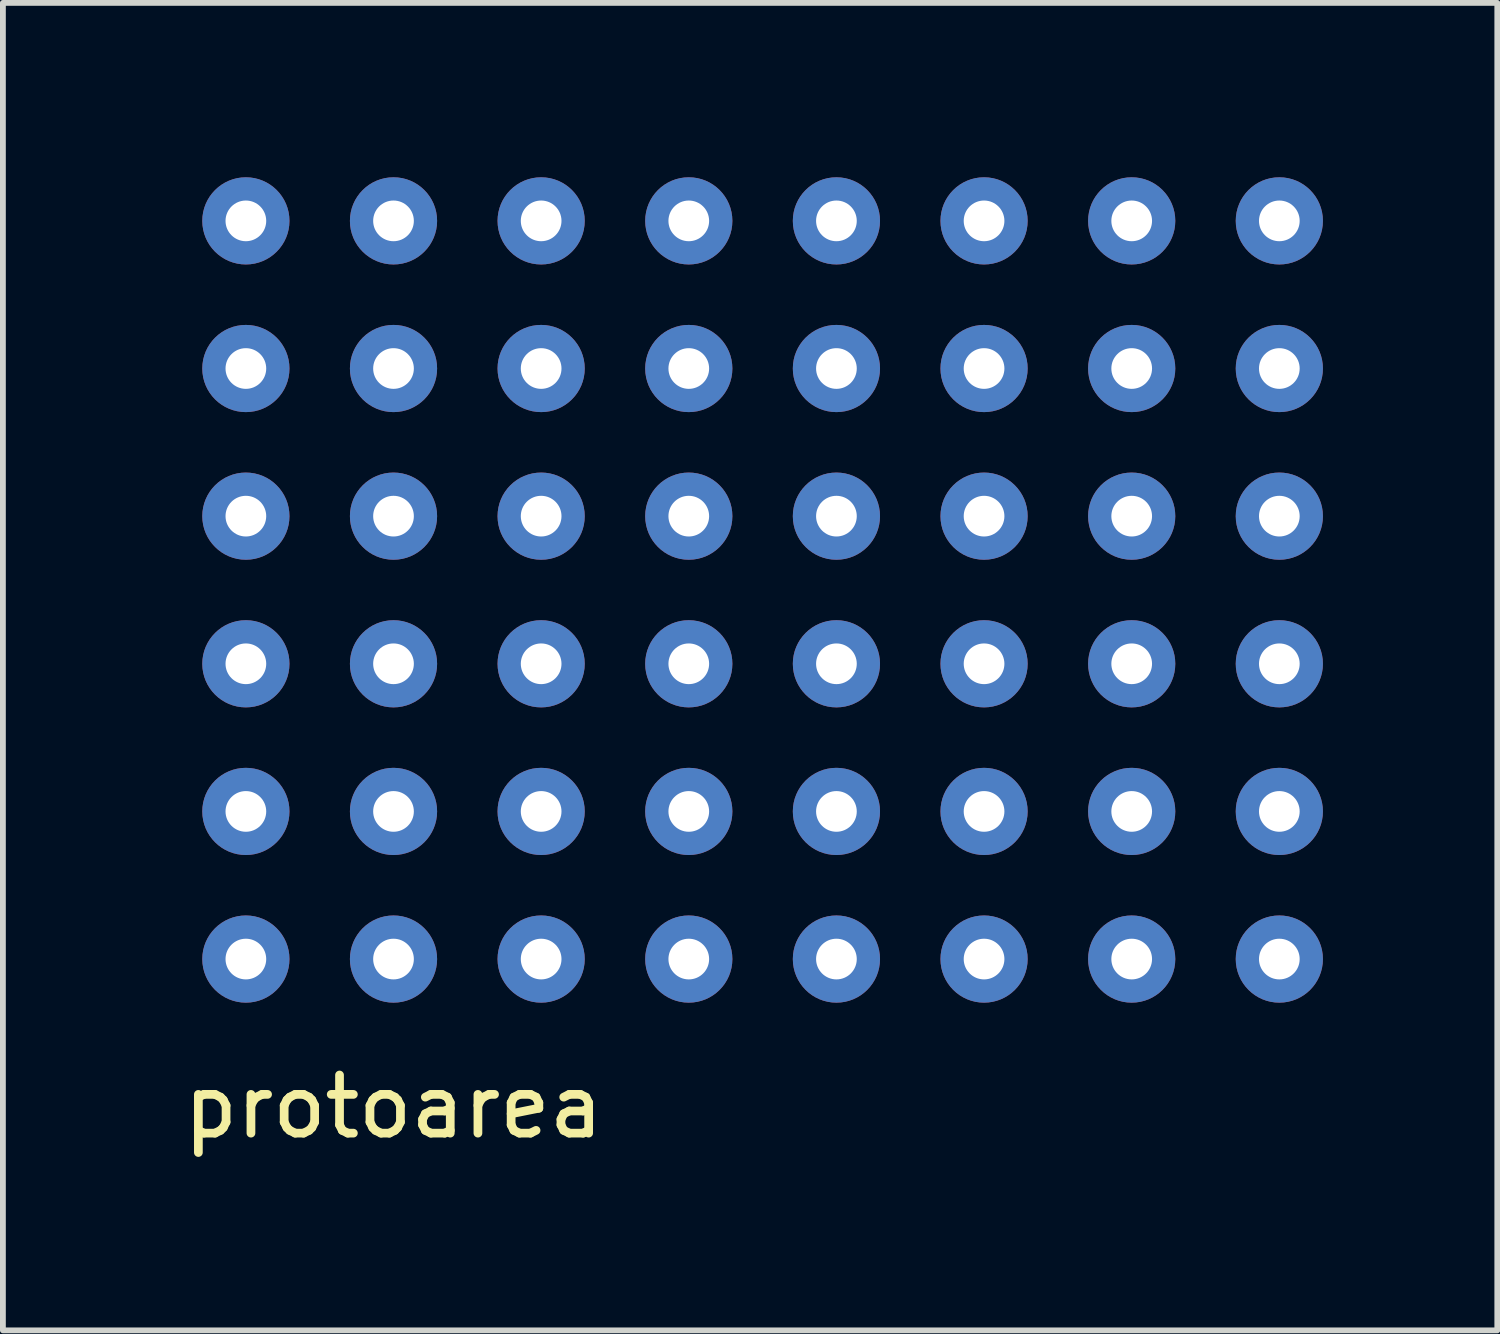
<source format=kicad_pcb>
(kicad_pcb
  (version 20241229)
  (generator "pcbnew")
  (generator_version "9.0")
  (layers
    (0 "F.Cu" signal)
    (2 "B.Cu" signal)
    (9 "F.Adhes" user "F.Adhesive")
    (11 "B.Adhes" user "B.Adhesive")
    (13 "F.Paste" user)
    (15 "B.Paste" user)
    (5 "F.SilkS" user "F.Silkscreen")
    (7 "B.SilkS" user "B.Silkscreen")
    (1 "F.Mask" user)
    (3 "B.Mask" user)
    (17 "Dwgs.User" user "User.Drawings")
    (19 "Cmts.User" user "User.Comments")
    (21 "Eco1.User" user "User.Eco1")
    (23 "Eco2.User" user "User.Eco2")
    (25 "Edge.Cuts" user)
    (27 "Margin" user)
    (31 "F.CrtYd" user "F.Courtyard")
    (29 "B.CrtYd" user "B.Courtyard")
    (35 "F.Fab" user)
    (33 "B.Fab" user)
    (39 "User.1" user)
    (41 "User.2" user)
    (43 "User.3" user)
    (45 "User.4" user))
  (footprint "protoarea"
    (layer "F.Cu")
    (at 6.26 5.83)
    (property "Reference" "protoarea" (at -2.54 10.16 0) (layer "F.SilkS") (effects (font (size 1 1) (thickness 0.15))))
    (attr through_hole)
    (pad "1" thru_hole circle (at -5.08 -5.08) (size 1.5 1.5) (drill 0.7) (layers "*.Cu" "*.Mask"))
    (pad "1" thru_hole circle (at -5.08 -2.54) (size 1.5 1.5) (drill 0.7) (layers "*.Cu" "*.Mask"))
    (pad "1" thru_hole circle (at -5.08 0) (size 1.5 1.5) (drill 0.7) (layers "*.Cu" "*.Mask"))
    (pad "1" thru_hole circle (at -5.08 2.54) (size 1.5 1.5) (drill 0.7) (layers "*.Cu" "*.Mask"))
    (pad "1" thru_hole circle (at -5.08 5.08) (size 1.5 1.5) (drill 0.7) (layers "*.Cu" "*.Mask"))
    (pad "1" thru_hole circle (at -5.08 7.62) (size 1.5 1.5) (drill 0.7) (layers "*.Cu" "*.Mask"))
    (pad "1" thru_hole circle (at -2.54 -5.08) (size 1.5 1.5) (drill 0.7) (layers "*.Cu" "*.Mask"))
    (pad "1" thru_hole circle (at -2.54 -2.54) (size 1.5 1.5) (drill 0.7) (layers "*.Cu" "*.Mask"))
    (pad "1" thru_hole circle (at -2.54 0) (size 1.5 1.5) (drill 0.7) (layers "*.Cu" "*.Mask"))
    (pad "1" thru_hole circle (at -2.54 2.54) (size 1.5 1.5) (drill 0.7) (layers "*.Cu" "*.Mask"))
    (pad "1" thru_hole circle (at -2.54 5.08) (size 1.5 1.5) (drill 0.7) (layers "*.Cu" "*.Mask"))
    (pad "1" thru_hole circle (at -2.54 7.62) (size 1.5 1.5) (drill 0.7) (layers "*.Cu" "*.Mask"))
    (pad "1" thru_hole circle (at 0 -5.08) (size 1.5 1.5) (drill 0.7) (layers "*.Cu" "*.Mask"))
    (pad "1" thru_hole circle (at 0 -2.54) (size 1.5 1.5) (drill 0.7) (layers "*.Cu" "*.Mask"))
    (pad "1" thru_hole circle (at 0 0) (size 1.5 1.5) (drill 0.7) (layers "*.Cu" "*.Mask"))
    (pad "1" thru_hole circle (at 0 2.54) (size 1.5 1.5) (drill 0.7) (layers "*.Cu" "*.Mask"))
    (pad "1" thru_hole circle (at 0 5.08) (size 1.5 1.5) (drill 0.7) (layers "*.Cu" "*.Mask"))
    (pad "1" thru_hole circle (at 0 7.62) (size 1.5 1.5) (drill 0.7) (layers "*.Cu" "*.Mask"))
    (pad "1" thru_hole circle (at 2.54 -5.08) (size 1.5 1.5) (drill 0.7) (layers "*.Cu" "*.Mask"))
    (pad "1" thru_hole circle (at 2.54 -2.54) (size 1.5 1.5) (drill 0.7) (layers "*.Cu" "*.Mask"))
    (pad "1" thru_hole circle (at 2.54 0) (size 1.5 1.5) (drill 0.7) (layers "*.Cu" "*.Mask"))
    (pad "1" thru_hole circle (at 2.54 2.54) (size 1.5 1.5) (drill 0.7) (layers "*.Cu" "*.Mask"))
    (pad "1" thru_hole circle (at 2.54 5.08) (size 1.5 1.5) (drill 0.7) (layers "*.Cu" "*.Mask"))
    (pad "1" thru_hole circle (at 2.54 7.62) (size 1.5 1.5) (drill 0.7) (layers "*.Cu" "*.Mask"))
    (pad "1" thru_hole circle (at 5.08 -5.08) (size 1.5 1.5) (drill 0.7) (layers "*.Cu" "*.Mask"))
    (pad "1" thru_hole circle (at 5.08 -2.54) (size 1.5 1.5) (drill 0.7) (layers "*.Cu" "*.Mask"))
    (pad "1" thru_hole circle (at 5.08 0) (size 1.5 1.5) (drill 0.7) (layers "*.Cu" "*.Mask"))
    (pad "1" thru_hole circle (at 5.08 2.54) (size 1.5 1.5) (drill 0.7) (layers "*.Cu" "*.Mask"))
    (pad "1" thru_hole circle (at 5.08 5.08) (size 1.5 1.5) (drill 0.7) (layers "*.Cu" "*.Mask"))
    (pad "1" thru_hole circle (at 5.08 7.62) (size 1.5 1.5) (drill 0.7) (layers "*.Cu" "*.Mask"))
    (pad "1" thru_hole circle (at 7.62 -5.08) (size 1.5 1.5) (drill 0.7) (layers "*.Cu" "*.Mask"))
    (pad "1" thru_hole circle (at 7.62 -2.54) (size 1.5 1.5) (drill 0.7) (layers "*.Cu" "*.Mask"))
    (pad "1" thru_hole circle (at 7.62 0) (size 1.5 1.5) (drill 0.7) (layers "*.Cu" "*.Mask"))
    (pad "1" thru_hole circle (at 7.62 2.54) (size 1.5 1.5) (drill 0.7) (layers "*.Cu" "*.Mask"))
    (pad "1" thru_hole circle (at 7.62 5.08) (size 1.5 1.5) (drill 0.7) (layers "*.Cu" "*.Mask"))
    (pad "1" thru_hole circle (at 7.62 7.62) (size 1.5 1.5) (drill 0.7) (layers "*.Cu" "*.Mask"))
    (pad "1" thru_hole circle (at 10.16 -5.08) (size 1.5 1.5) (drill 0.7) (layers "*.Cu" "*.Mask"))
    (pad "1" thru_hole circle (at 10.16 -2.54) (size 1.5 1.5) (drill 0.7) (layers "*.Cu" "*.Mask"))
    (pad "1" thru_hole circle (at 10.16 0) (size 1.5 1.5) (drill 0.7) (layers "*.Cu" "*.Mask"))
    (pad "1" thru_hole circle (at 10.16 2.54) (size 1.5 1.5) (drill 0.7) (layers "*.Cu" "*.Mask"))
    (pad "1" thru_hole circle (at 10.16 5.08) (size 1.5 1.5) (drill 0.7) (layers "*.Cu" "*.Mask"))
    (pad "1" thru_hole circle (at 10.16 7.62) (size 1.5 1.5) (drill 0.7) (layers "*.Cu" "*.Mask"))
    (pad "1" thru_hole circle (at 12.7 -5.08) (size 1.5 1.5) (drill 0.7) (layers "*.Cu" "*.Mask"))
    (pad "1" thru_hole circle (at 12.7 -2.54) (size 1.5 1.5) (drill 0.7) (layers "*.Cu" "*.Mask"))
    (pad "1" thru_hole circle (at 12.7 0) (size 1.5 1.5) (drill 0.7) (layers "*.Cu" "*.Mask"))
    (pad "1" thru_hole circle (at 12.7 2.54) (size 1.5 1.5) (drill 0.7) (layers "*.Cu" "*.Mask"))
    (pad "1" thru_hole circle (at 12.7 5.08) (size 1.5 1.5) (drill 0.7) (layers "*.Cu" "*.Mask"))
    (pad "1" thru_hole circle (at 12.7 7.62) (size 1.5 1.5) (drill 0.7) (layers "*.Cu" "*.Mask")))
  (gr_rect
    (start -3 -3)
    (end 22.71 19.838)
    (stroke (width 0.1) (type default))
    (fill no)
    (layer "Edge.Cuts")))
</source>
